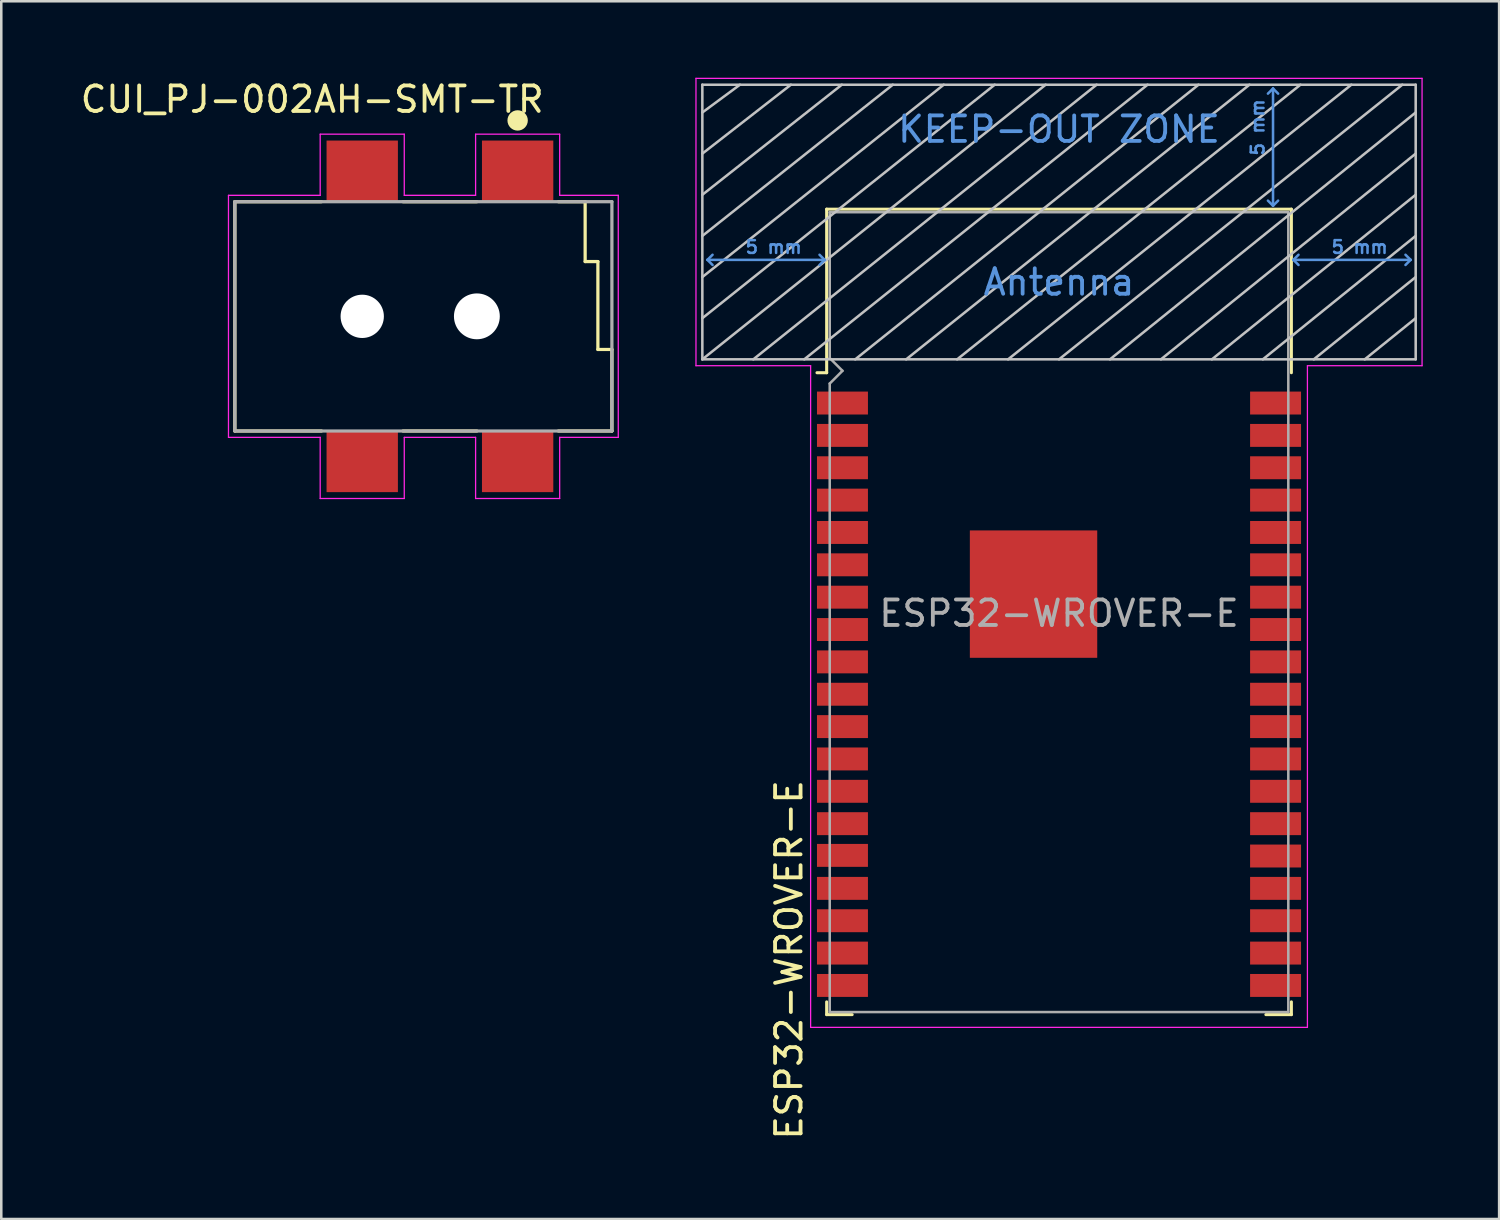
<source format=kicad_pcb>
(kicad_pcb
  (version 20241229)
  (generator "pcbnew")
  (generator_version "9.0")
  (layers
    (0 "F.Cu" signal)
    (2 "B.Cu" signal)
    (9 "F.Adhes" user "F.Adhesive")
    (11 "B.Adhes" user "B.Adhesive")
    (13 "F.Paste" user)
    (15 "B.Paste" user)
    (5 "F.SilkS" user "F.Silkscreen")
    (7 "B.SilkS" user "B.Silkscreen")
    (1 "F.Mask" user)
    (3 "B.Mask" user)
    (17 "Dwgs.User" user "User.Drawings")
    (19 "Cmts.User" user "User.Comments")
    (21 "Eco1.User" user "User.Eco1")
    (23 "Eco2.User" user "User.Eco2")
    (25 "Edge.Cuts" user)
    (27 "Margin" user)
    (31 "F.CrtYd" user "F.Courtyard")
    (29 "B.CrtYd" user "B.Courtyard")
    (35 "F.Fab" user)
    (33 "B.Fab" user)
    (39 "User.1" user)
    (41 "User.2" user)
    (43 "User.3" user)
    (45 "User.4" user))
  (footprint "CUI_PJ-002AH-SMT-TR"
    (layer "F.Cu")
    (at 17.268 3.667)
    (property "Reference" "CUI_PJ-002AH-SMT-TR" (at -8.063 -2.818 0) (layer "F.SilkS") (effects (font (size 1.001 1.001) (thickness 0.15))))
    (attr through_hole)
    (fp_line (start -11.1 1.2) (end -11.1 10.2) (stroke (width 0.127) (type solid)) (layer "F.SilkS"))
    (fp_line (start -11.1 10.2) (end -7.7 10.2) (stroke (width 0.127) (type solid)) (layer "F.SilkS"))
    (fp_line (start -7.7 1.2) (end -11.1 1.2) (stroke (width 0.127) (type solid)) (layer "F.SilkS"))
    (fp_line (start -4.5 10.2) (end -1.6 10.2) (stroke (width 0.127) (type solid)) (layer "F.SilkS"))
    (fp_line (start -1.6 1.2) (end -4.5 1.2) (stroke (width 0.127) (type solid)) (layer "F.SilkS"))
    (fp_line (start 1.6 10.2) (end 3.7 10.2) (stroke (width 0.127) (type solid)) (layer "F.SilkS"))
    (fp_line (start 2.65 1.2) (end 1.6 1.2) (stroke (width 0.127) (type solid)) (layer "F.SilkS"))
    (fp_line (start 2.65 3.55) (end 2.65 1.2) (stroke (width 0.127) (type solid)) (layer "F.SilkS"))
    (fp_line (start 3.15 3.55) (end 2.65 3.55) (stroke (width 0.127) (type solid)) (layer "F.SilkS"))
    (fp_line (start 3.15 7) (end 3.15 3.55) (stroke (width 0.127) (type solid)) (layer "F.SilkS"))
    (fp_line (start 3.7 7) (end 3.15 7) (stroke (width 0.127) (type solid)) (layer "F.SilkS"))
    (fp_line (start 3.7 10.2) (end 3.7 7) (stroke (width 0.127) (type solid)) (layer "F.SilkS"))
    (fp_circle (center 0 -1.99) (end 0.2 -1.99) (stroke (width 0.4) (type solid)) (fill no) (layer "F.SilkS"))
    (fp_line (start -11.35 0.95) (end -7.75 0.95) (stroke (width 0.05) (type solid)) (layer "F.CrtYd"))
    (fp_line (start -11.35 10.45) (end -11.35 0.95) (stroke (width 0.05) (type solid)) (layer "F.CrtYd"))
    (fp_line (start -7.75 -1.45) (end -4.45 -1.45) (stroke (width 0.05) (type solid)) (layer "F.CrtYd"))
    (fp_line (start -7.75 0.95) (end -7.75 -1.45) (stroke (width 0.05) (type solid)) (layer "F.CrtYd"))
    (fp_line (start -7.75 10.45) (end -11.35 10.45) (stroke (width 0.05) (type solid)) (layer "F.CrtYd"))
    (fp_line (start -7.75 12.85) (end -7.75 10.45) (stroke (width 0.05) (type solid)) (layer "F.CrtYd"))
    (fp_line (start -4.45 -1.45) (end -4.45 0.95) (stroke (width 0.05) (type solid)) (layer "F.CrtYd"))
    (fp_line (start -4.45 0.95) (end -1.65 0.95) (stroke (width 0.05) (type solid)) (layer "F.CrtYd"))
    (fp_line (start -4.45 10.45) (end -4.45 12.85) (stroke (width 0.05) (type solid)) (layer "F.CrtYd"))
    (fp_line (start -4.45 12.85) (end -7.75 12.85) (stroke (width 0.05) (type solid)) (layer "F.CrtYd"))
    (fp_line (start -1.65 -1.45) (end 1.65 -1.45) (stroke (width 0.05) (type solid)) (layer "F.CrtYd"))
    (fp_line (start -1.65 0.95) (end -1.65 -1.45) (stroke (width 0.05) (type solid)) (layer "F.CrtYd"))
    (fp_line (start -1.65 10.45) (end -4.45 10.45) (stroke (width 0.05) (type solid)) (layer "F.CrtYd"))
    (fp_line (start -1.65 12.85) (end -1.65 10.45) (stroke (width 0.05) (type solid)) (layer "F.CrtYd"))
    (fp_line (start 1.65 -1.45) (end 1.65 0.95) (stroke (width 0.05) (type solid)) (layer "F.CrtYd"))
    (fp_line (start 1.65 0.95) (end 3.95 0.95) (stroke (width 0.05) (type solid)) (layer "F.CrtYd"))
    (fp_line (start 1.65 10.45) (end 1.65 12.85) (stroke (width 0.05) (type solid)) (layer "F.CrtYd"))
    (fp_line (start 1.65 12.85) (end -1.65 12.85) (stroke (width 0.05) (type solid)) (layer "F.CrtYd"))
    (fp_line (start 3.95 0.95) (end 3.95 10.45) (stroke (width 0.05) (type solid)) (layer "F.CrtYd"))
    (fp_line (start 3.95 10.45) (end 1.65 10.45) (stroke (width 0.05) (type solid)) (layer "F.CrtYd"))
    (fp_line (start -11.1 1.2) (end -11.1 10.2) (stroke (width 0.127) (type solid)) (layer "F.Fab"))
    (fp_line (start -11.1 10.2) (end 3.7 10.2) (stroke (width 0.127) (type solid)) (layer "F.Fab"))
    (fp_line (start 3.7 1.2) (end -11.1 1.2) (stroke (width 0.127) (type solid)) (layer "F.Fab"))
    (fp_line (start 3.7 10.2) (end 3.7 1.2) (stroke (width 0.127) (type solid)) (layer "F.Fab"))
    (pad "" np_thru_hole circle (at -6.1 5.7) (size 1.7 1.7) (drill 1.7) (layers "*.Cu" "*.Mask"))
    (pad "" np_thru_hole circle (at -1.6 5.7) (size 1.8 1.8) (drill 1.8) (layers "*.Cu" "*.Mask"))
    (pad "1" smd rect (at -6.1 0) (size 2.8 2.4) (layers "F.Cu" "F.Mask" "F.Paste"))
    (pad "1" smd rect (at 0 0) (size 2.8 2.4) (layers "F.Cu" "F.Mask" "F.Paste"))
    (pad "2" smd rect (at -6.1 11.4) (size 2.8 2.4) (layers "F.Cu" "F.Mask" "F.Paste"))
    (pad "3" smd rect (at 0 11.4) (size 2.8 2.4) (layers "F.Cu" "F.Mask" "F.Paste")))
  (footprint "ESP32-WROVER-E"
    (layer "F.Cu")
    (at 38.518 21.025)
    (property "Reference" "ESP32-WROVER-E" (at -10.6 13.6 90) (layer "F.SilkS") (effects (font (size 1 1) (thickness 0.15))))
    (attr smd)
    (fp_line (start -9.12 -15.865) (end -9.12 -9.445) (stroke (width 0.12) (type solid)) (layer "F.SilkS"))
    (fp_line (start -9.12 -15.865) (end 9.12 -15.865) (stroke (width 0.12) (type solid)) (layer "F.SilkS"))
    (fp_line (start -9.12 -9.445) (end -9.5 -9.445) (stroke (width 0.12) (type solid)) (layer "F.SilkS"))
    (fp_line (start -9.12 15.25) (end -9.12 15.75) (stroke (width 0.12) (type solid)) (layer "F.SilkS"))
    (fp_line (start -9.12 15.75) (end -8.12 15.75) (stroke (width 0.12) (type solid)) (layer "F.SilkS"))
    (fp_line (start 9.12 -15.865) (end 9.12 -9.445) (stroke (width 0.12) (type solid)) (layer "F.SilkS"))
    (fp_line (start 9.12 15.25) (end 9.12 15.75) (stroke (width 0.12) (type solid)) (layer "F.SilkS"))
    (fp_line (start 9.12 15.75) (end 8.12 15.75) (stroke (width 0.12) (type solid)) (layer "F.SilkS"))
    (fp_line (start -14 -9.97) (end -14 -20.75) (stroke (width 0.1) (type solid)) (layer "Dwgs.User"))
    (fp_line (start -12.525 -20.75) (end -14 -19.66) (stroke (width 0.1) (type solid)) (layer "Dwgs.User"))
    (fp_line (start -10.525 -20.75) (end -14 -18.045) (stroke (width 0.1) (type solid)) (layer "Dwgs.User"))
    (fp_line (start -8.525 -20.75) (end -14 -16.43) (stroke (width 0.1) (type solid)) (layer "Dwgs.User"))
    (fp_line (start -8 -9.97) (end 5.475 -20.75) (stroke (width 0.1) (type solid)) (layer "Dwgs.User"))
    (fp_line (start -6.525 -20.75) (end -14 -14.815) (stroke (width 0.1) (type solid)) (layer "Dwgs.User"))
    (fp_line (start -4.525 -20.75) (end -14 -13.2) (stroke (width 0.1) (type solid)) (layer "Dwgs.User"))
    (fp_line (start -2.525 -20.75) (end -14 -11.585) (stroke (width 0.1) (type solid)) (layer "Dwgs.User"))
    (fp_line (start -0.525 -20.75) (end -14 -9.97) (stroke (width 0.1) (type solid)) (layer "Dwgs.User"))
    (fp_line (start 1.475 -20.75) (end -12 -9.97) (stroke (width 0.1) (type solid)) (layer "Dwgs.User"))
    (fp_line (start 3.475 -20.75) (end -10 -9.97) (stroke (width 0.1) (type solid)) (layer "Dwgs.User"))
    (fp_line (start 7.475 -20.75) (end -6 -9.97) (stroke (width 0.1) (type solid)) (layer "Dwgs.User"))
    (fp_line (start 9.475 -20.75) (end -4 -9.97) (stroke (width 0.1) (type solid)) (layer "Dwgs.User"))
    (fp_line (start 11.475 -20.75) (end -2 -9.97) (stroke (width 0.1) (type solid)) (layer "Dwgs.User"))
    (fp_line (start 13.475 -20.75) (end 0 -9.97) (stroke (width 0.1) (type solid)) (layer "Dwgs.User"))
    (fp_line (start 14 -20.75) (end -14 -20.75) (stroke (width 0.1) (type solid)) (layer "Dwgs.User"))
    (fp_line (start 14 -19.66) (end 2 -9.97) (stroke (width 0.1) (type solid)) (layer "Dwgs.User"))
    (fp_line (start 14 -18.045) (end 4 -9.97) (stroke (width 0.1) (type solid)) (layer "Dwgs.User"))
    (fp_line (start 14 -16.43) (end 6 -9.97) (stroke (width 0.1) (type solid)) (layer "Dwgs.User"))
    (fp_line (start 14 -14.815) (end 8 -9.97) (stroke (width 0.1) (type solid)) (layer "Dwgs.User"))
    (fp_line (start 14 -13.2) (end 10 -9.97) (stroke (width 0.1) (type solid)) (layer "Dwgs.User"))
    (fp_line (start 14 -11.585) (end 12 -9.97) (stroke (width 0.1) (type solid)) (layer "Dwgs.User"))
    (fp_line (start 14 -9.97) (end -14 -9.97) (stroke (width 0.1) (type solid)) (layer "Dwgs.User"))
    (fp_line (start 14 -9.97) (end 14 -20.75) (stroke (width 0.1) (type solid)) (layer "Dwgs.User"))
    (fp_line (start -13.8 -13.875) (end -13.6 -14.075) (stroke (width 0.1) (type solid)) (layer "Cmts.User"))
    (fp_line (start -13.8 -13.875) (end -13.6 -13.675) (stroke (width 0.1) (type solid)) (layer "Cmts.User"))
    (fp_line (start -13.8 -13.875) (end -9.2 -13.875) (stroke (width 0.1) (type solid)) (layer "Cmts.User"))
    (fp_line (start -9.2 -13.875) (end -9.4 -14.075) (stroke (width 0.1) (type solid)) (layer "Cmts.User"))
    (fp_line (start -9.2 -13.875) (end -9.4 -13.675) (stroke (width 0.1) (type solid)) (layer "Cmts.User"))
    (fp_line (start 8.4 -20.6) (end 8.2 -20.4) (stroke (width 0.1) (type solid)) (layer "Cmts.User"))
    (fp_line (start 8.4 -20.6) (end 8.6 -20.4) (stroke (width 0.1) (type solid)) (layer "Cmts.User"))
    (fp_line (start 8.4 -16) (end 8.2 -16.2) (stroke (width 0.1) (type solid)) (layer "Cmts.User"))
    (fp_line (start 8.4 -16) (end 8.4 -20.6) (stroke (width 0.1) (type solid)) (layer "Cmts.User"))
    (fp_line (start 8.4 -16) (end 8.6 -16.2) (stroke (width 0.1) (type solid)) (layer "Cmts.User"))
    (fp_line (start 9.2 -13.875) (end 9.4 -14.075) (stroke (width 0.1) (type solid)) (layer "Cmts.User"))
    (fp_line (start 9.2 -13.875) (end 9.4 -13.675) (stroke (width 0.1) (type solid)) (layer "Cmts.User"))
    (fp_line (start 9.2 -13.875) (end 13.8 -13.875) (stroke (width 0.1) (type solid)) (layer "Cmts.User"))
    (fp_line (start 13.8 -13.875) (end 13.6 -14.075) (stroke (width 0.1) (type solid)) (layer "Cmts.User"))
    (fp_line (start 13.8 -13.875) (end 13.6 -13.675) (stroke (width 0.1) (type solid)) (layer "Cmts.User"))
    (fp_line (start -14.25 -21) (end -14.25 -9.72) (stroke (width 0.05) (type solid)) (layer "F.CrtYd"))
    (fp_line (start -14.25 -21) (end 14.25 -21) (stroke (width 0.05) (type solid)) (layer "F.CrtYd"))
    (fp_line (start -14.25 -9.72) (end -9.75 -9.72) (stroke (width 0.05) (type solid)) (layer "F.CrtYd"))
    (fp_line (start -9.75 16.25) (end -9.75 -9.72) (stroke (width 0.05) (type solid)) (layer "F.CrtYd"))
    (fp_line (start -9.75 16.25) (end 9.75 16.25) (stroke (width 0.05) (type solid)) (layer "F.CrtYd"))
    (fp_line (start 9.75 -9.72) (end 9.75 16.25) (stroke (width 0.05) (type solid)) (layer "F.CrtYd"))
    (fp_line (start 9.75 -9.72) (end 14.25 -9.72) (stroke (width 0.05) (type solid)) (layer "F.CrtYd"))
    (fp_line (start 14.25 -21) (end 14.25 -9.72) (stroke (width 0.05) (type solid)) (layer "F.CrtYd"))
    (fp_line (start -9 -15.745) (end -9 -10.02) (stroke (width 0.1) (type solid)) (layer "F.Fab"))
    (fp_line (start -9 -15.745) (end 9 -15.745) (stroke (width 0.1) (type solid)) (layer "F.Fab"))
    (fp_line (start -9 -9.02) (end -9 15.65) (stroke (width 0.1) (type solid)) (layer "F.Fab"))
    (fp_line (start -9 -9.02) (end -8.5 -9.52) (stroke (width 0.1) (type solid)) (layer "F.Fab"))
    (fp_line (start -9 15.65) (end 9 15.65) (stroke (width 0.1) (type solid)) (layer "F.Fab"))
    (fp_line (start -8.5 -9.52) (end -9 -10.02) (stroke (width 0.1) (type solid)) (layer "F.Fab"))
    (fp_line (start 9 15.65) (end 9 -15.745) (stroke (width 0.1) (type solid)) (layer "F.Fab"))
    (fp_text user "Antenna" (at 0 -13 0) (layer "Cmts.User") (effects (font (size 1 1) (thickness 0.15))))
    (fp_text user "5 mm" (at 11.8 -14.375 0) (layer "Cmts.User") (effects (font (size 0.5 0.5) (thickness 0.1))))
    (fp_text user "5 mm" (at 7.8 -19.075 90) (layer "Cmts.User") (effects (font (size 0.5 0.5) (thickness 0.1))))
    (fp_text user "KEEP-OUT ZONE" (at 0 -19 0) (layer "Cmts.User") (effects (font (size 1 1) (thickness 0.15))))
    (fp_text user "5 mm" (at -11.2 -14.375 0) (layer "Cmts.User") (effects (font (size 0.5 0.5) (thickness 0.1))))
    (fp_text user "${REFERENCE}" (at 0 0 0) (layer "F.Fab") (effects (font (size 1 1) (thickness 0.15))))
    (pad "1" smd rect (at -8.5 -8.255) (size 2 0.9) (layers "F.Cu" "F.Mask" "F.Paste"))
    (pad "2" smd rect (at -8.5 -6.985) (size 2 0.9) (layers "F.Cu" "F.Mask" "F.Paste"))
    (pad "3" smd rect (at -8.5 -5.715) (size 2 0.9) (layers "F.Cu" "F.Mask" "F.Paste"))
    (pad "4" smd rect (at -8.5 -4.445) (size 2 0.9) (layers "F.Cu" "F.Mask" "F.Paste"))
    (pad "5" smd rect (at -8.5 -3.175) (size 2 0.9) (layers "F.Cu" "F.Mask" "F.Paste"))
    (pad "6" smd rect (at -8.5 -1.905) (size 2 0.9) (layers "F.Cu" "F.Mask" "F.Paste"))
    (pad "7" smd rect (at -8.5 -0.635) (size 2 0.9) (layers "F.Cu" "F.Mask" "F.Paste"))
    (pad "8" smd rect (at -8.5 0.635) (size 2 0.9) (layers "F.Cu" "F.Mask" "F.Paste"))
    (pad "9" smd rect (at -8.5 1.905) (size 2 0.9) (layers "F.Cu" "F.Mask" "F.Paste"))
    (pad "10" smd rect (at -8.5 3.175) (size 2 0.9) (layers "F.Cu" "F.Mask" "F.Paste"))
    (pad "11" smd rect (at -8.5 4.445) (size 2 0.9) (layers "F.Cu" "F.Mask" "F.Paste"))
    (pad "12" smd rect (at -8.5 5.715) (size 2 0.9) (layers "F.Cu" "F.Mask" "F.Paste"))
    (pad "13" smd rect (at -8.5 6.985) (size 2 0.9) (layers "F.Cu" "F.Mask" "F.Paste"))
    (pad "14" smd rect (at -8.5 8.255) (size 2 0.9) (layers "F.Cu" "F.Mask" "F.Paste"))
    (pad "15" smd rect (at -8.5 9.5 180) (size 2 0.9) (layers "F.Cu" "F.Mask" "F.Paste"))
    (pad "16" smd rect (at -8.5 10.795) (size 2 0.9) (layers "F.Cu" "F.Mask" "F.Paste"))
    (pad "17" smd rect (at -8.5 12.065 180) (size 2 0.9) (layers "F.Cu" "F.Mask" "F.Paste"))
    (pad "18" smd rect (at -8.5 13.335 180) (size 2 0.9) (layers "F.Cu" "F.Mask" "F.Paste"))
    (pad "19" smd rect (at -8.5 14.605 180) (size 2 0.9) (layers "F.Cu" "F.Mask" "F.Paste"))
    (pad "20" smd rect (at 8.5 14.605) (size 2 0.9) (layers "F.Cu" "F.Mask" "F.Paste"))
    (pad "21" smd rect (at 8.5 13.335 180) (size 2 0.9) (layers "F.Cu" "F.Mask" "F.Paste"))
    (pad "22" smd rect (at 8.5 12.065 180) (size 2 0.9) (layers "F.Cu" "F.Mask" "F.Paste"))
    (pad "23" smd rect (at 8.5 10.795) (size 2 0.9) (layers "F.Cu" "F.Mask" "F.Paste"))
    (pad "24" smd rect (at 8.5 9.525 180) (size 2 0.9) (layers "F.Cu" "F.Mask" "F.Paste"))
    (pad "25" smd rect (at 8.5 8.255) (size 2 0.9) (layers "F.Cu" "F.Mask" "F.Paste"))
    (pad "26" smd rect (at 8.5 6.985) (size 2 0.9) (layers "F.Cu" "F.Mask" "F.Paste"))
    (pad "27" smd rect (at 8.5 5.715) (size 2 0.9) (layers "F.Cu" "F.Mask" "F.Paste"))
    (pad "28" smd rect (at 8.5 4.445) (size 2 0.9) (layers "F.Cu" "F.Mask" "F.Paste"))
    (pad "29" smd rect (at 8.5 3.175) (size 2 0.9) (layers "F.Cu" "F.Mask" "F.Paste"))
    (pad "30" smd rect (at 8.5 1.905) (size 2 0.9) (layers "F.Cu" "F.Mask" "F.Paste"))
    (pad "31" smd rect (at 8.5 0.635) (size 2 0.9) (layers "F.Cu" "F.Mask" "F.Paste"))
    (pad "32" smd rect (at 8.5 -0.635) (size 2 0.9) (layers "F.Cu" "F.Mask" "F.Paste"))
    (pad "33" smd rect (at 8.5 -1.905) (size 2 0.9) (layers "F.Cu" "F.Mask" "F.Paste"))
    (pad "34" smd rect (at 8.5 -3.175) (size 2 0.9) (layers "F.Cu" "F.Mask" "F.Paste"))
    (pad "35" smd rect (at 8.5 -4.445) (size 2 0.9) (layers "F.Cu" "F.Mask" "F.Paste"))
    (pad "36" smd rect (at 8.5 -5.715) (size 2 0.9) (layers "F.Cu" "F.Mask" "F.Paste"))
    (pad "37" smd rect (at 8.5 -6.985) (size 2 0.9) (layers "F.Cu" "F.Mask" "F.Paste"))
    (pad "38" smd rect (at 8.5 -8.255) (size 2 0.9) (layers "F.Cu" "F.Mask" "F.Paste"))
    (pad "39" smd rect (at -1 -0.755) (size 5 5) (layers "F.Cu" "F.Mask" "F.Paste")))
  (gr_rect
    (start -3 -3)
    (end 55.793 44.798)
    (stroke (width 0.1) (type default))
    (fill no)
    (layer "Edge.Cuts")))
</source>
